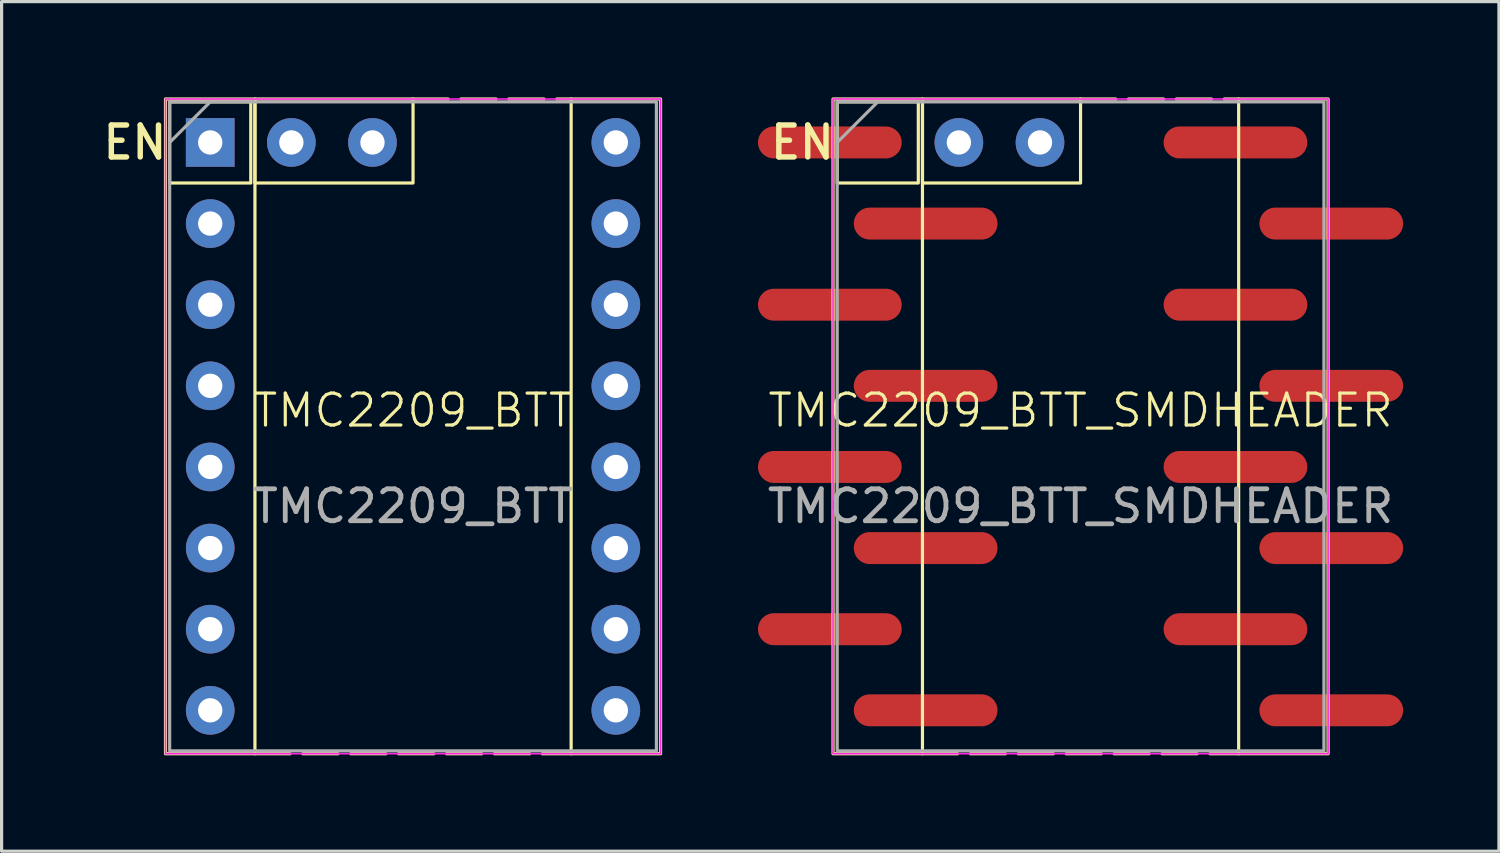
<source format=kicad_pcb>
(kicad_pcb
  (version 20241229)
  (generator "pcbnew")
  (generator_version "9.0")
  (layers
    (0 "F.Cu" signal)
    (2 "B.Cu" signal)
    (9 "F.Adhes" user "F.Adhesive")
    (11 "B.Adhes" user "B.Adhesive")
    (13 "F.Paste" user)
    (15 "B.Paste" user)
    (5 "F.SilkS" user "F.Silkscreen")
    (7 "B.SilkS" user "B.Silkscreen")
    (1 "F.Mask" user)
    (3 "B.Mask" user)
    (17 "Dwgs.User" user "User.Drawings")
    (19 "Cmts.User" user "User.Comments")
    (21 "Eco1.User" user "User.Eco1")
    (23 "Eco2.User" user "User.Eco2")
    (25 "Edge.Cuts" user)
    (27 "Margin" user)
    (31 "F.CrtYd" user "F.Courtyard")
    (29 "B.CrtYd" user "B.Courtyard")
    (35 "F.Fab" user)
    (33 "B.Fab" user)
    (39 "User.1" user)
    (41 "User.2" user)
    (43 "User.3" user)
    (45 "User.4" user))
  (footprint "TMC2209_BTT_SMDHEADER"
    (layer "F.Cu")
    (at 30.782 10.3)
    (property "Reference" "TMC2209_BTT_SMDHEADER" (at 0 -0.5 0) (unlocked yes) (layer "F.SilkS") (effects (font (size 1 1) (thickness 0.1))))
    (attr through_hole)
    (fp_line (start -4.95 10.25) (end 4.95 10.25) (stroke (width 0.1) (type dash)) (layer "F.SilkS"))
    (fp_line (start 0 -10.25) (end 4.95 -10.25) (stroke (width 0.1) (type dash)) (layer "F.SilkS"))
    (fp_rect (start -7.75 -10.25) (end -4.95 10.25) (stroke (width 0.1) (type default)) (fill no) (layer "F.SilkS"))
    (fp_rect (start -7.62 -10.16) (end -5.08 -7.62) (stroke (width 0.1) (type default)) (fill no) (layer "F.SilkS"))
    (fp_rect (start -4.95 -10.25) (end 0 -7.62) (stroke (width 0.1) (type default)) (fill no) (layer "F.SilkS"))
    (fp_rect (start 4.95 -10.25) (end 7.75 10.25) (stroke (width 0.1) (type default)) (fill no) (layer "F.SilkS"))
    (fp_rect (start -7.75 -10.25) (end 7.75 10.25) (stroke (width 0.05) (type default)) (fill no) (layer "F.CrtYd"))
    (fp_line (start -7.62 -8.89) (end -6.35 -10.16) (stroke (width 0.1) (type default)) (layer "F.Fab"))
    (fp_rect (start -7.62 -10.16) (end 7.62 10.16) (stroke (width 0.1) (type default)) (fill no) (layer "F.Fab"))
    (fp_text user "EN" (at -7.62 -8.89 0) (unlocked yes) (layer "F.SilkS") (effects (font (size 1 1) (thickness 0.17) (bold yes)) (justify right)))
    (fp_text user "${REFERENCE}" (at 0 2.5 0) (unlocked yes) (layer "F.Fab") (effects (font (size 1 1) (thickness 0.15))))
    (pad "1" smd oval (at -6.35 -8.89) (size 4.5 1) (drill (offset -1.5 0)) (layers "F.Cu" "F.Mask" "F.Paste"))
    (pad "2" smd oval (at -6.35 -6.35) (size 4.5 1) (drill (offset 1.5 0)) (layers "F.Cu" "F.Mask" "F.Paste"))
    (pad "3" smd oval (at -6.35 -3.81) (size 4.5 1) (drill (offset -1.5 0)) (layers "F.Cu" "F.Mask" "F.Paste"))
    (pad "4" smd oval (at -6.35 -1.27) (size 4.5 1) (drill (offset 1.5 0)) (layers "F.Cu" "F.Mask" "F.Paste"))
    (pad "5" smd oval (at -6.35 1.27) (size 4.5 1) (drill (offset -1.5 0)) (layers "F.Cu" "F.Mask" "F.Paste"))
    (pad "6" smd oval (at -6.35 3.81) (size 4.5 1) (drill (offset 1.5 0)) (layers "F.Cu" "F.Mask" "F.Paste"))
    (pad "7" smd oval (at -6.35 6.35) (size 4.5 1) (drill (offset -1.5 0)) (layers "F.Cu" "F.Mask" "F.Paste"))
    (pad "8" smd oval (at -6.35 8.89) (size 4.5 1) (drill (offset 1.5 0)) (layers "F.Cu" "F.Mask" "F.Paste"))
    (pad "9" smd oval (at 6.35 8.89) (size 4.5 1) (drill (offset 1.5 0)) (layers "F.Cu" "F.Mask" "F.Paste"))
    (pad "10" smd oval (at 6.35 6.35) (size 4.5 1) (drill (offset -1.5 0)) (layers "F.Cu" "F.Mask" "F.Paste"))
    (pad "11" smd oval (at 6.35 3.81) (size 4.5 1) (drill (offset 1.5 0)) (layers "F.Cu" "F.Mask" "F.Paste"))
    (pad "12" smd oval (at 6.35 1.27) (size 4.5 1) (drill (offset -1.5 0)) (layers "F.Cu" "F.Mask" "F.Paste"))
    (pad "13" smd oval (at 6.35 -1.27) (size 4.5 1) (drill (offset 1.5 0)) (layers "F.Cu" "F.Mask" "F.Paste"))
    (pad "14" smd oval (at 6.35 -3.81) (size 4.5 1) (drill (offset -1.5 0)) (layers "F.Cu" "F.Mask" "F.Paste"))
    (pad "15" smd oval (at 6.35 -6.35) (size 4.5 1) (drill (offset 1.5 0)) (layers "F.Cu" "F.Mask" "F.Paste"))
    (pad "16" smd oval (at 6.35 -8.89) (size 4.5 1) (drill (offset -1.5 0)) (layers "F.Cu" "F.Mask" "F.Paste"))
    (pad "17" thru_hole circle (at -1.27 -8.89) (size 1.524 1.524) (drill 0.762) (layers "*.Cu" "*.Mask"))
    (pad "18" thru_hole circle (at -3.81 -8.89) (size 1.524 1.524) (drill 0.762) (layers "*.Cu" "*.Mask")))
  (footprint "TMC2209_BTT"
    (layer "F.Cu")
    (at 9.882 10.3)
    (property "Reference" "TMC2209_BTT" (at 0 -0.5 0) (unlocked yes) (layer "F.SilkS") (effects (font (size 1 1) (thickness 0.1))))
    (attr through_hole)
    (fp_line (start -4.95 10.25) (end 4.95 10.25) (stroke (width 0.1) (type dash)) (layer "F.SilkS"))
    (fp_line (start 0 -10.25) (end 4.95 -10.25) (stroke (width 0.1) (type dash)) (layer "F.SilkS"))
    (fp_rect (start -7.75 -10.25) (end -4.95 10.25) (stroke (width 0.1) (type default)) (fill no) (layer "F.SilkS"))
    (fp_rect (start -7.62 -10.16) (end -5.08 -7.62) (stroke (width 0.1) (type default)) (fill no) (layer "F.SilkS"))
    (fp_rect (start -4.95 -10.25) (end 0 -7.62) (stroke (width 0.1) (type default)) (fill no) (layer "F.SilkS"))
    (fp_rect (start 4.95 -10.25) (end 7.75 10.25) (stroke (width 0.1) (type default)) (fill no) (layer "F.SilkS"))
    (fp_rect (start -7.75 -10.25) (end 7.75 10.25) (stroke (width 0.05) (type default)) (fill no) (layer "F.CrtYd"))
    (fp_line (start -7.62 -8.89) (end -6.35 -10.16) (stroke (width 0.1) (type default)) (layer "F.Fab"))
    (fp_rect (start -7.62 -10.16) (end 7.62 10.16) (stroke (width 0.1) (type default)) (fill no) (layer "F.Fab"))
    (fp_text user "EN" (at -7.62 -8.89 0) (unlocked yes) (layer "F.SilkS") (effects (font (size 1 1) (thickness 0.17) (bold yes)) (justify right)))
    (fp_text user "${REFERENCE}" (at 0 2.5 0) (unlocked yes) (layer "F.Fab") (effects (font (size 1 1) (thickness 0.15))))
    (pad "1" thru_hole rect (at -6.35 -8.89) (size 1.524 1.524) (drill 0.762) (layers "*.Cu" "*.Mask"))
    (pad "2" thru_hole circle (at -6.35 -6.35) (size 1.524 1.524) (drill 0.762) (layers "*.Cu" "*.Mask"))
    (pad "3" thru_hole circle (at -6.35 -3.81) (size 1.524 1.524) (drill 0.762) (layers "*.Cu" "*.Mask"))
    (pad "4" thru_hole circle (at -6.35 -1.27) (size 1.524 1.524) (drill 0.762) (layers "*.Cu" "*.Mask"))
    (pad "5" thru_hole circle (at -6.35 1.27) (size 1.524 1.524) (drill 0.762) (layers "*.Cu" "*.Mask"))
    (pad "6" thru_hole circle (at -6.35 3.81) (size 1.524 1.524) (drill 0.762) (layers "*.Cu" "*.Mask"))
    (pad "7" thru_hole circle (at -6.35 6.35) (size 1.524 1.524) (drill 0.762) (layers "*.Cu" "*.Mask"))
    (pad "8" thru_hole circle (at -6.35 8.89) (size 1.524 1.524) (drill 0.762) (layers "*.Cu" "*.Mask"))
    (pad "9" thru_hole circle (at 6.35 8.89) (size 1.524 1.524) (drill 0.762) (layers "*.Cu" "*.Mask"))
    (pad "10" thru_hole circle (at 6.35 6.35) (size 1.524 1.524) (drill 0.762) (layers "*.Cu" "*.Mask"))
    (pad "11" thru_hole circle (at 6.35 3.81) (size 1.524 1.524) (drill 0.762) (layers "*.Cu" "*.Mask"))
    (pad "12" thru_hole circle (at 6.35 1.27) (size 1.524 1.524) (drill 0.762) (layers "*.Cu" "*.Mask"))
    (pad "13" thru_hole circle (at 6.35 -1.27) (size 1.524 1.524) (drill 0.762) (layers "*.Cu" "*.Mask"))
    (pad "14" thru_hole circle (at 6.35 -3.81) (size 1.524 1.524) (drill 0.762) (layers "*.Cu" "*.Mask"))
    (pad "15" thru_hole circle (at 6.35 -6.35) (size 1.524 1.524) (drill 0.762) (layers "*.Cu" "*.Mask"))
    (pad "16" thru_hole circle (at 6.35 -8.89) (size 1.524 1.524) (drill 0.762) (layers "*.Cu" "*.Mask"))
    (pad "17" thru_hole circle (at -1.27 -8.89) (size 1.524 1.524) (drill 0.762) (layers "*.Cu" "*.Mask"))
    (pad "18" thru_hole circle (at -3.81 -8.89) (size 1.524 1.524) (drill 0.762) (layers "*.Cu" "*.Mask")))
  (gr_rect
    (start -3 -3)
    (end 43.882 23.6)
    (stroke (width 0.1) (type default))
    (fill no)
    (layer "Edge.Cuts")))
</source>
